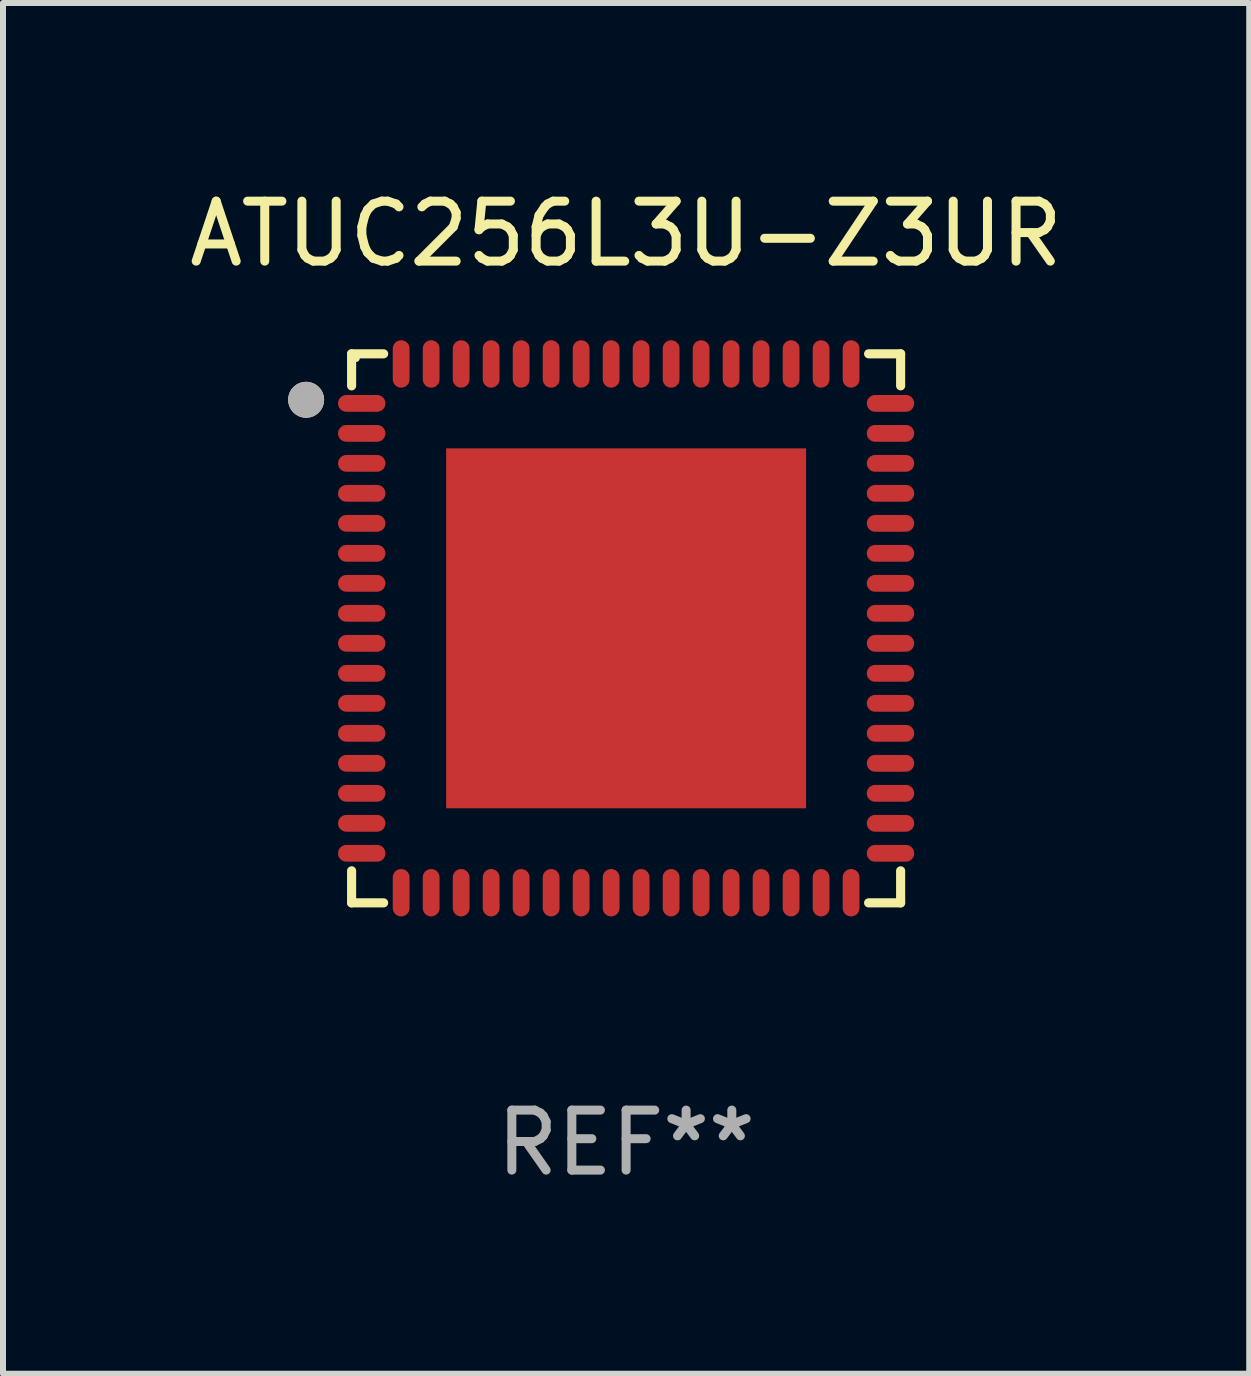
<source format=kicad_pcb>
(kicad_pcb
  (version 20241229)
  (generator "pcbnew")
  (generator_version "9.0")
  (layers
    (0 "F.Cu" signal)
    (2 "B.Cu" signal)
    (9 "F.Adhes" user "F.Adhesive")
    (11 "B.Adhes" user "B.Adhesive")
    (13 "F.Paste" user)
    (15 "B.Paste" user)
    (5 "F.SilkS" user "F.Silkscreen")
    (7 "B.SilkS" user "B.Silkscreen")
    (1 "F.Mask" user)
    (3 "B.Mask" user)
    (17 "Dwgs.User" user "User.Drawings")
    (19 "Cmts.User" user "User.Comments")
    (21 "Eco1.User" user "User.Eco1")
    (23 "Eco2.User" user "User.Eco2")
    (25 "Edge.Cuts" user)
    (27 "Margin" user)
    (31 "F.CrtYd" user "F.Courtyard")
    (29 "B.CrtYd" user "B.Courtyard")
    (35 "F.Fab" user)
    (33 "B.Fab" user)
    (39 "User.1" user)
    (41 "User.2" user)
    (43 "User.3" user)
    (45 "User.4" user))
  (footprint "ATUC256L3U-Z3UR"
    (layer "F.Cu")
    (at 7.387 7.424)
    (property "Reference" "ATUC256L3U-Z3UR" (at 0 -6.576 0) (layer "F.SilkS") (effects (font (size 1 1) (thickness 0.15))))
    (attr through_hole)
    (fp_line (start -4.576 -4.576) (end -4.042 -4.576) (stroke (width 0.152) (type solid)) (layer "F.SilkS"))
    (fp_line (start -4.576 -4.042) (end -4.576 -4.576) (stroke (width 0.152) (type solid)) (layer "F.SilkS"))
    (fp_line (start -4.576 4.042) (end -4.576 4.576) (stroke (width 0.152) (type solid)) (layer "F.SilkS"))
    (fp_line (start -4.576 4.576) (end -4.042 4.576) (stroke (width 0.152) (type solid)) (layer "F.SilkS"))
    (fp_line (start 4.576 -4.576) (end 4.042 -4.576) (stroke (width 0.152) (type solid)) (layer "F.SilkS"))
    (fp_line (start 4.576 -4.042) (end 4.576 -4.576) (stroke (width 0.152) (type solid)) (layer "F.SilkS"))
    (fp_line (start 4.576 4.042) (end 4.576 4.576) (stroke (width 0.152) (type solid)) (layer "F.SilkS"))
    (fp_line (start 4.576 4.576) (end 4.042 4.576) (stroke (width 0.152) (type solid)) (layer "F.SilkS"))
    (fp_circle (center -5.334 -3.81) (end -5.184 -3.81) (stroke (width 0.3) (type solid)) (fill no) (layer "F.SilkS"))
    (fp_circle (center -4.5 -4.5) (end -4.47 -4.5) (stroke (width 0.06) (type solid)) (fill no) (layer "F.SilkS"))
    (fp_circle (center -5.334 -3.81) (end -5.184 -3.81) (stroke (width 0.3) (type solid)) (fill no) (layer "F.Fab"))
    (fp_text user "REF**" (at 0 8.576 0) (layer "F.Fab") (effects (font (size 1 1) (thickness 0.15))))
    (pad "1" smd oval (at -4.407 -3.75) (size 0.79 0.28) (layers "F.Cu" "F.Mask" "F.Paste"))
    (pad "2" smd oval (at -4.407 -3.25) (size 0.79 0.28) (layers "F.Cu" "F.Mask" "F.Paste"))
    (pad "3" smd oval (at -4.407 -2.75) (size 0.79 0.28) (layers "F.Cu" "F.Mask" "F.Paste"))
    (pad "4" smd oval (at -4.407 -2.25) (size 0.79 0.28) (layers "F.Cu" "F.Mask" "F.Paste"))
    (pad "5" smd oval (at -4.407 -1.75) (size 0.79 0.28) (layers "F.Cu" "F.Mask" "F.Paste"))
    (pad "6" smd oval (at -4.407 -1.25) (size 0.79 0.28) (layers "F.Cu" "F.Mask" "F.Paste"))
    (pad "7" smd oval (at -4.407 -0.75) (size 0.79 0.28) (layers "F.Cu" "F.Mask" "F.Paste"))
    (pad "8" smd oval (at -4.407 -0.25) (size 0.79 0.28) (layers "F.Cu" "F.Mask" "F.Paste"))
    (pad "9" smd oval (at -4.407 0.25) (size 0.79 0.28) (layers "F.Cu" "F.Mask" "F.Paste"))
    (pad "10" smd oval (at -4.407 0.75) (size 0.79 0.28) (layers "F.Cu" "F.Mask" "F.Paste"))
    (pad "11" smd oval (at -4.407 1.25) (size 0.79 0.28) (layers "F.Cu" "F.Mask" "F.Paste"))
    (pad "12" smd oval (at -4.407 1.75) (size 0.79 0.28) (layers "F.Cu" "F.Mask" "F.Paste"))
    (pad "13" smd oval (at -4.407 2.25) (size 0.79 0.28) (layers "F.Cu" "F.Mask" "F.Paste"))
    (pad "14" smd oval (at -4.407 2.75) (size 0.79 0.28) (layers "F.Cu" "F.Mask" "F.Paste"))
    (pad "15" smd oval (at -4.407 3.25) (size 0.79 0.28) (layers "F.Cu" "F.Mask" "F.Paste"))
    (pad "16" smd oval (at -4.407 3.75) (size 0.79 0.28) (layers "F.Cu" "F.Mask" "F.Paste"))
    (pad "17" smd oval (at -3.75 4.407) (size 0.28 0.79) (layers "F.Cu" "F.Mask" "F.Paste"))
    (pad "18" smd oval (at -3.25 4.407) (size 0.28 0.79) (layers "F.Cu" "F.Mask" "F.Paste"))
    (pad "19" smd oval (at -2.75 4.407) (size 0.28 0.79) (layers "F.Cu" "F.Mask" "F.Paste"))
    (pad "20" smd oval (at -2.25 4.407) (size 0.28 0.79) (layers "F.Cu" "F.Mask" "F.Paste"))
    (pad "21" smd oval (at -1.75 4.407) (size 0.28 0.79) (layers "F.Cu" "F.Mask" "F.Paste"))
    (pad "22" smd oval (at -1.25 4.407) (size 0.28 0.79) (layers "F.Cu" "F.Mask" "F.Paste"))
    (pad "23" smd oval (at -0.75 4.407) (size 0.28 0.79) (layers "F.Cu" "F.Mask" "F.Paste"))
    (pad "24" smd oval (at -0.25 4.407) (size 0.28 0.79) (layers "F.Cu" "F.Mask" "F.Paste"))
    (pad "25" smd oval (at 0.25 4.407) (size 0.28 0.79) (layers "F.Cu" "F.Mask" "F.Paste"))
    (pad "26" smd oval (at 0.75 4.407) (size 0.28 0.79) (layers "F.Cu" "F.Mask" "F.Paste"))
    (pad "27" smd oval (at 1.25 4.407) (size 0.28 0.79) (layers "F.Cu" "F.Mask" "F.Paste"))
    (pad "28" smd oval (at 1.75 4.407) (size 0.28 0.79) (layers "F.Cu" "F.Mask" "F.Paste"))
    (pad "29" smd oval (at 2.25 4.407) (size 0.28 0.79) (layers "F.Cu" "F.Mask" "F.Paste"))
    (pad "30" smd oval (at 2.75 4.407) (size 0.28 0.79) (layers "F.Cu" "F.Mask" "F.Paste"))
    (pad "31" smd oval (at 3.25 4.407) (size 0.28 0.79) (layers "F.Cu" "F.Mask" "F.Paste"))
    (pad "32" smd oval (at 3.75 4.407) (size 0.28 0.79) (layers "F.Cu" "F.Mask" "F.Paste"))
    (pad "33" smd oval (at 4.407 3.75) (size 0.79 0.28) (layers "F.Cu" "F.Mask" "F.Paste"))
    (pad "34" smd oval (at 4.407 3.25) (size 0.79 0.28) (layers "F.Cu" "F.Mask" "F.Paste"))
    (pad "35" smd oval (at 4.407 2.75) (size 0.79 0.28) (layers "F.Cu" "F.Mask" "F.Paste"))
    (pad "36" smd oval (at 4.407 2.25) (size 0.79 0.28) (layers "F.Cu" "F.Mask" "F.Paste"))
    (pad "37" smd oval (at 4.407 1.75) (size 0.79 0.28) (layers "F.Cu" "F.Mask" "F.Paste"))
    (pad "38" smd oval (at 4.407 1.25) (size 0.79 0.28) (layers "F.Cu" "F.Mask" "F.Paste"))
    (pad "39" smd oval (at 4.407 0.75) (size 0.79 0.28) (layers "F.Cu" "F.Mask" "F.Paste"))
    (pad "40" smd oval (at 4.407 0.25) (size 0.79 0.28) (layers "F.Cu" "F.Mask" "F.Paste"))
    (pad "41" smd oval (at 4.407 -0.25) (size 0.79 0.28) (layers "F.Cu" "F.Mask" "F.Paste"))
    (pad "42" smd oval (at 4.407 -0.75) (size 0.79 0.28) (layers "F.Cu" "F.Mask" "F.Paste"))
    (pad "43" smd oval (at 4.407 -1.25) (size 0.79 0.28) (layers "F.Cu" "F.Mask" "F.Paste"))
    (pad "44" smd oval (at 4.407 -1.75) (size 0.79 0.28) (layers "F.Cu" "F.Mask" "F.Paste"))
    (pad "45" smd oval (at 4.407 -2.25) (size 0.79 0.28) (layers "F.Cu" "F.Mask" "F.Paste"))
    (pad "46" smd oval (at 4.407 -2.75) (size 0.79 0.28) (layers "F.Cu" "F.Mask" "F.Paste"))
    (pad "47" smd oval (at 4.407 -3.25) (size 0.79 0.28) (layers "F.Cu" "F.Mask" "F.Paste"))
    (pad "48" smd oval (at 4.407 -3.75) (size 0.79 0.28) (layers "F.Cu" "F.Mask" "F.Paste"))
    (pad "49" smd oval (at 3.75 -4.407) (size 0.28 0.79) (layers "F.Cu" "F.Mask" "F.Paste"))
    (pad "50" smd oval (at 3.25 -4.407) (size 0.28 0.79) (layers "F.Cu" "F.Mask" "F.Paste"))
    (pad "51" smd oval (at 2.75 -4.407) (size 0.28 0.79) (layers "F.Cu" "F.Mask" "F.Paste"))
    (pad "52" smd oval (at 2.25 -4.407) (size 0.28 0.79) (layers "F.Cu" "F.Mask" "F.Paste"))
    (pad "53" smd oval (at 1.75 -4.407) (size 0.28 0.79) (layers "F.Cu" "F.Mask" "F.Paste"))
    (pad "54" smd oval (at 1.25 -4.407) (size 0.28 0.79) (layers "F.Cu" "F.Mask" "F.Paste"))
    (pad "55" smd oval (at 0.75 -4.407) (size 0.28 0.79) (layers "F.Cu" "F.Mask" "F.Paste"))
    (pad "56" smd oval (at 0.25 -4.407) (size 0.28 0.79) (layers "F.Cu" "F.Mask" "F.Paste"))
    (pad "57" smd oval (at -0.25 -4.407) (size 0.28 0.79) (layers "F.Cu" "F.Mask" "F.Paste"))
    (pad "58" smd oval (at -0.75 -4.407) (size 0.28 0.79) (layers "F.Cu" "F.Mask" "F.Paste"))
    (pad "59" smd oval (at -1.25 -4.407) (size 0.28 0.79) (layers "F.Cu" "F.Mask" "F.Paste"))
    (pad "60" smd oval (at -1.75 -4.407) (size 0.28 0.79) (layers "F.Cu" "F.Mask" "F.Paste"))
    (pad "61" smd oval (at -2.25 -4.407) (size 0.28 0.79) (layers "F.Cu" "F.Mask" "F.Paste"))
    (pad "62" smd oval (at -2.75 -4.407) (size 0.28 0.79) (layers "F.Cu" "F.Mask" "F.Paste"))
    (pad "63" smd oval (at -3.25 -4.407) (size 0.28 0.79) (layers "F.Cu" "F.Mask" "F.Paste"))
    (pad "64" smd oval (at -3.75 -4.407) (size 0.28 0.79) (layers "F.Cu" "F.Mask" "F.Paste"))
    (pad "65" smd rect (at 0 0) (size 6 6) (layers "F.Cu" "F.Mask" "F.Paste")))
  (gr_rect
    (start -3 -3)
    (end 17.774 19.849)
    (stroke (width 0.1) (type default))
    (fill no)
    (layer "Edge.Cuts")))
</source>
